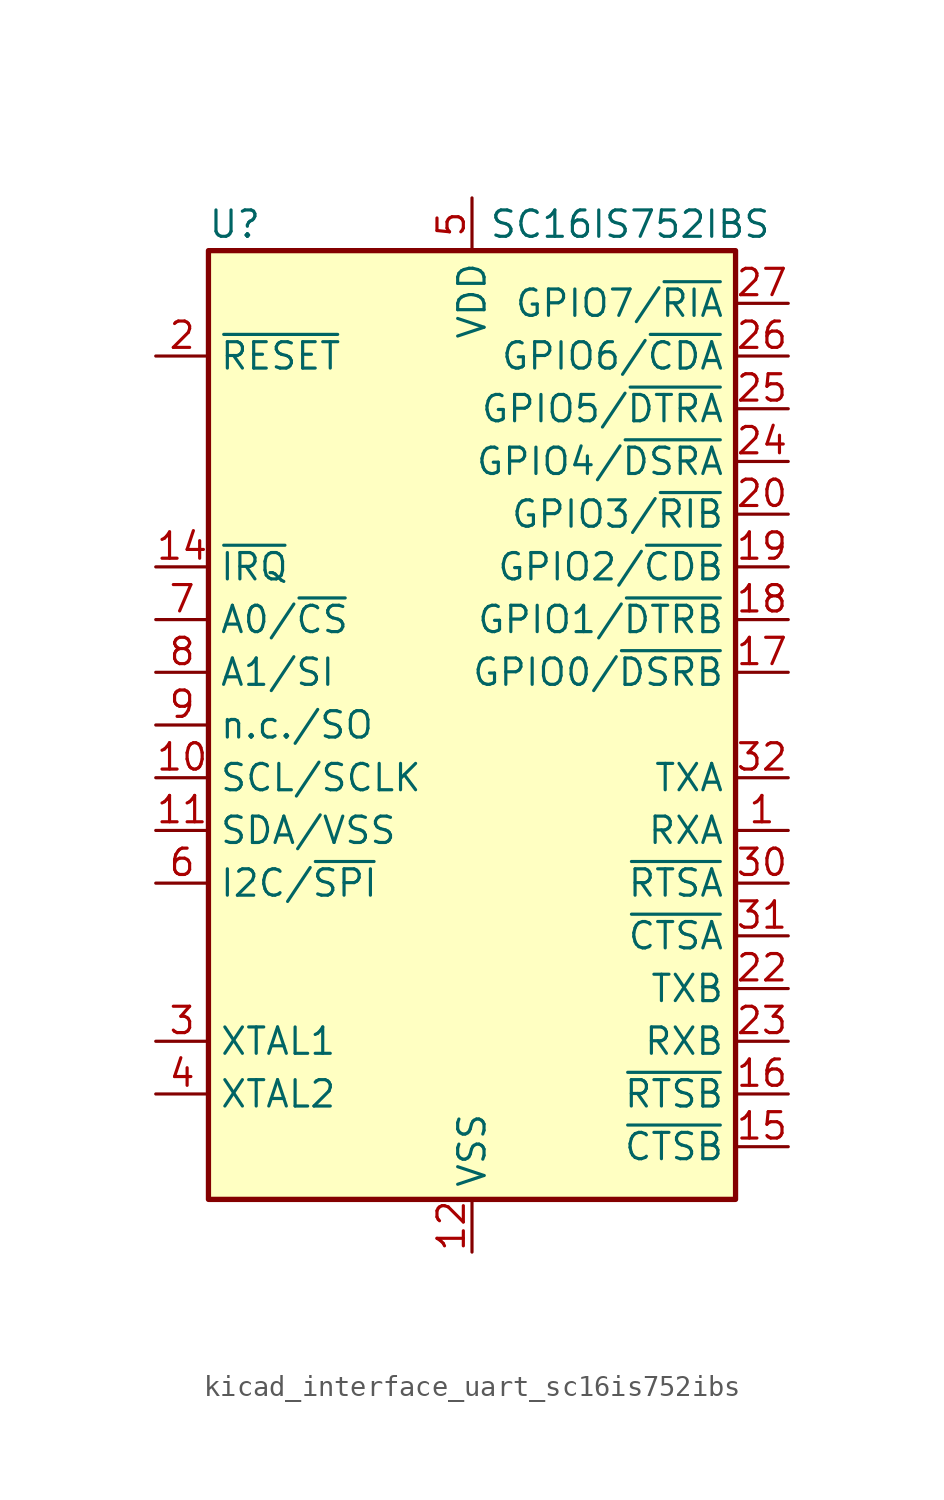
<source format=kicad_sym>
(kicad_symbol_lib
  (version 20220914)
  (generator kicad_symbol_editor)
  (symbol "kicad_interface_uart_sc16is752ibs"
    (property "Reference" "U"
      (at -11.43 24.13 0)
      (effects (font (size 1.27 1.27))))
    (property "Value" "SC16IS752IBS"
      (at 7.62 24.13 0)
      (effects (font (size 1.27 1.27))))
    (symbol "kicad_interface_uart_sc16is752ibs_0_1"
      (rectangle (start -12.7 22.86) (end 12.7 -22.86) (stroke (width 0.254) (type default)) (fill (type background))))
    (symbol "kicad_interface_uart_sc16is752ibs_1_1"
      (pin input line (at 15.24 -5.08 180) (length 2.54) (name "RXA" (effects (font (size 1.27 1.27)))) (number "1" (effects (font (size 1.27 1.27)))))
      (pin input line (at -15.24 -2.54 0) (length 2.54) (name "SCL/SCLK" (effects (font (size 1.27 1.27)))) (number "10" (effects (font (size 1.27 1.27)))))
      (pin bidirectional line (at -15.24 -5.08 0) (length 2.54) (name "SDA/VSS" (effects (font (size 1.27 1.27)))) (number "11" (effects (font (size 1.27 1.27)))))
      (pin power_in line (at 0 -25.4 90) (length 2.54) (name "VSS" (effects (font (size 1.27 1.27)))) (number "12" (effects (font (size 1.27 1.27)))))
      (pin passive line (at 0 25.4 270) (length 2.54) hide (name "VDD" (effects (font (size 1.27 1.27)))) (number "13" (effects (font (size 1.27 1.27)))))
      (pin open_collector line (at -15.24 7.62 0) (length 2.54) (name "~{IRQ}" (effects (font (size 1.27 1.27)))) (number "14" (effects (font (size 1.27 1.27)))))
      (pin input line (at 15.24 -20.32 180) (length 2.54) (name "~{CTSB}" (effects (font (size 1.27 1.27)))) (number "15" (effects (font (size 1.27 1.27)))))
      (pin output line (at 15.24 -17.78 180) (length 2.54) (name "~{RTSB}" (effects (font (size 1.27 1.27)))) (number "16" (effects (font (size 1.27 1.27)))))
      (pin bidirectional line (at 15.24 2.54 180) (length 2.54) (name "GPIO0/~{DSRB}" (effects (font (size 1.27 1.27)))) (number "17" (effects (font (size 1.27 1.27)))))
      (pin bidirectional line (at 15.24 5.08 180) (length 2.54) (name "GPIO1/~{DTRB}" (effects (font (size 1.27 1.27)))) (number "18" (effects (font (size 1.27 1.27)))))
      (pin bidirectional line (at 15.24 7.62 180) (length 2.54) (name "GPIO2/~{CDB}" (effects (font (size 1.27 1.27)))) (number "19" (effects (font (size 1.27 1.27)))))
      (pin input line (at -15.24 17.78 0) (length 2.54) (name "~{RESET}" (effects (font (size 1.27 1.27)))) (number "2" (effects (font (size 1.27 1.27)))))
      (pin bidirectional line (at 15.24 10.16 180) (length 2.54) (name "GPIO3/~{RIB}" (effects (font (size 1.27 1.27)))) (number "20" (effects (font (size 1.27 1.27)))))
      (pin passive line (at 0 -25.4 90) (length 2.54) hide (name "VSS" (effects (font (size 1.27 1.27)))) (number "21" (effects (font (size 1.27 1.27)))))
      (pin output line (at 15.24 -12.7 180) (length 2.54) (name "TXB" (effects (font (size 1.27 1.27)))) (number "22" (effects (font (size 1.27 1.27)))))
      (pin input line (at 15.24 -15.24 180) (length 2.54) (name "RXB" (effects (font (size 1.27 1.27)))) (number "23" (effects (font (size 1.27 1.27)))))
      (pin bidirectional line (at 15.24 12.7 180) (length 2.54) (name "GPIO4/~{DSRA}" (effects (font (size 1.27 1.27)))) (number "24" (effects (font (size 1.27 1.27)))))
      (pin bidirectional line (at 15.24 15.24 180) (length 2.54) (name "GPIO5/~{DTRA}" (effects (font (size 1.27 1.27)))) (number "25" (effects (font (size 1.27 1.27)))))
      (pin bidirectional line (at 15.24 17.78 180) (length 2.54) (name "GPIO6/~{CDA}" (effects (font (size 1.27 1.27)))) (number "26" (effects (font (size 1.27 1.27)))))
      (pin bidirectional line (at 15.24 20.32 180) (length 2.54) (name "GPIO7/~{RIA}" (effects (font (size 1.27 1.27)))) (number "27" (effects (font (size 1.27 1.27)))))
      (pin passive line (at 0 25.4 270) (length 2.54) hide (name "VDD" (effects (font (size 1.27 1.27)))) (number "28" (effects (font (size 1.27 1.27)))))
      (pin passive line (at 0 -25.4 90) (length 2.54) hide (name "VSS" (effects (font (size 1.27 1.27)))) (number "29" (effects (font (size 1.27 1.27)))))
      (pin input line (at -15.24 -15.24 0) (length 2.54) (name "XTAL1" (effects (font (size 1.27 1.27)))) (number "3" (effects (font (size 1.27 1.27)))))
      (pin output line (at 15.24 -7.62 180) (length 2.54) (name "~{RTSA}" (effects (font (size 1.27 1.27)))) (number "30" (effects (font (size 1.27 1.27)))))
      (pin input line (at 15.24 -10.16 180) (length 2.54) (name "~{CTSA}" (effects (font (size 1.27 1.27)))) (number "31" (effects (font (size 1.27 1.27)))))
      (pin output line (at 15.24 -2.54 180) (length 2.54) (name "TXA" (effects (font (size 1.27 1.27)))) (number "32" (effects (font (size 1.27 1.27)))))
      (pin passive line (at 0 -25.4 90) (length 2.54) hide (name "VSS" (effects (font (size 1.27 1.27)))) (number "33" (effects (font (size 1.27 1.27)))))
      (pin output line (at -15.24 -17.78 0) (length 2.54) (name "XTAL2" (effects (font (size 1.27 1.27)))) (number "4" (effects (font (size 1.27 1.27)))))
      (pin power_in line (at 0 25.4 270) (length 2.54) (name "VDD" (effects (font (size 1.27 1.27)))) (number "5" (effects (font (size 1.27 1.27)))))
      (pin input line (at -15.24 -7.62 0) (length 2.54) (name "I2C/~{SPI}" (effects (font (size 1.27 1.27)))) (number "6" (effects (font (size 1.27 1.27)))))
      (pin input line (at -15.24 5.08 0) (length 2.54) (name "A0/~{CS}" (effects (font (size 1.27 1.27)))) (number "7" (effects (font (size 1.27 1.27)))))
      (pin input line (at -15.24 2.54 0) (length 2.54) (name "A1/SI" (effects (font (size 1.27 1.27)))) (number "8" (effects (font (size 1.27 1.27)))))
      (pin output line (at -15.24 0 0) (length 2.54) (name "n.c./SO" (effects (font (size 1.27 1.27)))) (number "9" (effects (font (size 1.27 1.27))))))))
</source>
